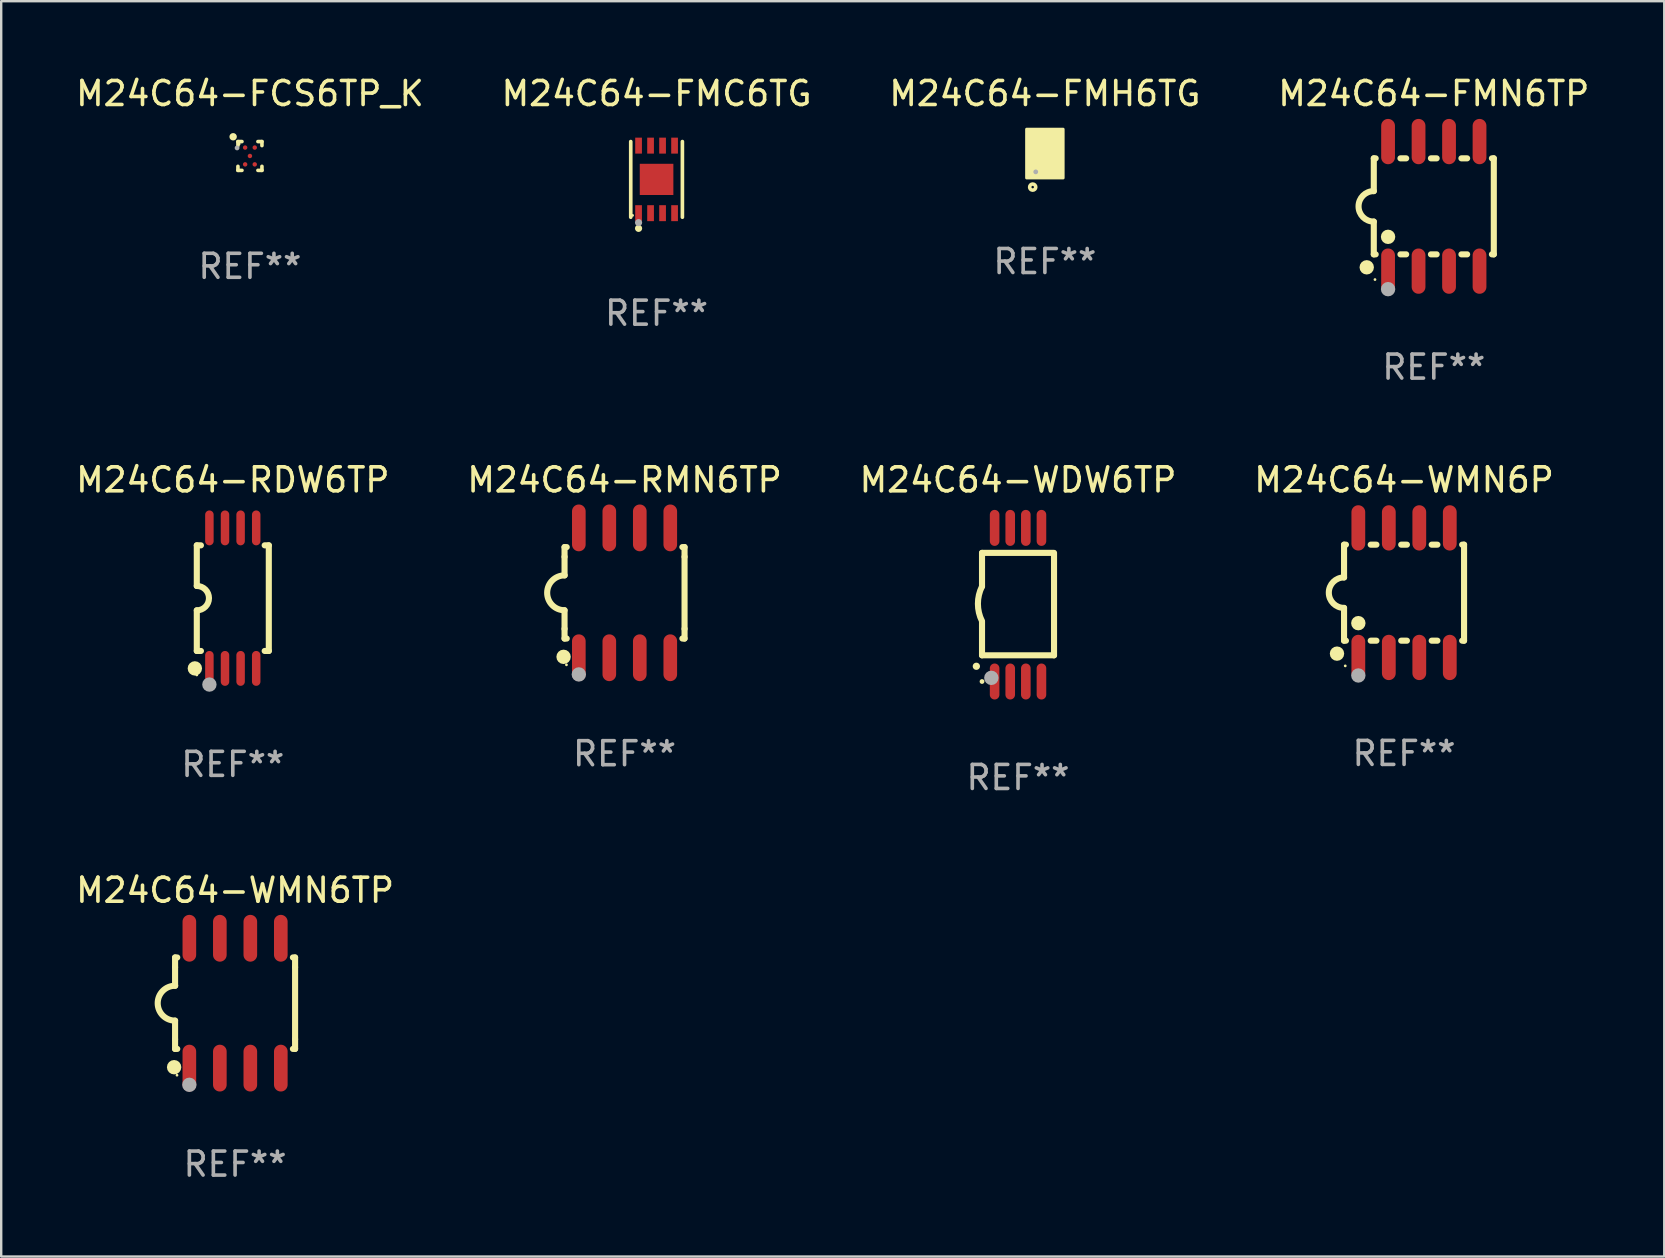
<source format=kicad_pcb>
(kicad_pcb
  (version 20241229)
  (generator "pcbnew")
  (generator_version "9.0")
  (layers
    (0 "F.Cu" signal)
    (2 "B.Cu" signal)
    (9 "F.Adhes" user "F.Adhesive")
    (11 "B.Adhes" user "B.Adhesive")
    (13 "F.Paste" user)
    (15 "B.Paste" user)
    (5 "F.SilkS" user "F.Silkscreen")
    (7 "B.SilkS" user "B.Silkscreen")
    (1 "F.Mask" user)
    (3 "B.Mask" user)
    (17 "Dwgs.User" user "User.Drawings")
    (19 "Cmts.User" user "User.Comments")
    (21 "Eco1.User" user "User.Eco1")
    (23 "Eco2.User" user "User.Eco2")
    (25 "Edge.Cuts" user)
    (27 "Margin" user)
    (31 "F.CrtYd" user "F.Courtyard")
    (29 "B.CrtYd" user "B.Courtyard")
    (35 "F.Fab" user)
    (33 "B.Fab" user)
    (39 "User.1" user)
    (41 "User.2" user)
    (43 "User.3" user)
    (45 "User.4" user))
  (footprint "M24C64-WDW6TP"
    (layer "F.Cu")
    (at 39.363 22.143)
    (property "Reference" "M24C64-WDW6TP" (at 0 -5.2 0) (layer "F.SilkS") (effects (font (size 1 1) (thickness 0.15))))
    (attr through_hole)
    (fp_line (start -1.5 -0.762) (end -1.5 -2.159) (stroke (width 0.254) (type solid)) (layer "F.SilkS"))
    (fp_line (start -1.5 2.108) (end -1.5 0.711) (stroke (width 0.254) (type solid)) (layer "F.SilkS"))
    (fp_line (start -1.5 2.108) (end 1.5 2.108) (stroke (width 0.254) (type solid)) (layer "F.SilkS"))
    (fp_line (start 1.463 -2.159) (end -1.5 -2.159) (stroke (width 0.254) (type solid)) (layer "F.SilkS"))
    (fp_line (start 1.5 2.108) (end 1.5 -2.159) (stroke (width 0.254) (type solid)) (layer "F.SilkS"))
    (fp_arc (start -1.737287 2.565405) (mid -1.736017 2.5654) (end -1.734747 2.565405) (stroke (width 0.3) (type solid)) (layer "F.SilkS"))
    (fp_arc (start -1.500076 0.685801) (mid -1.670966 -0.0381) (end -1.500076 -0.762002) (stroke (width 0.254001) (type solid)) (layer "F.SilkS"))
    (fp_circle (center -1.5 3.2) (end -1.45 3.2) (stroke (width 0.1) (type solid)) (fill no) (layer "F.SilkS"))
    (fp_circle (center -1.112 3.048) (end -0.962 3.048) (stroke (width 0.3) (type solid)) (fill no) (layer "F.Fab"))
    (fp_text user "REF**" (at 0 7.2 0) (layer "F.Fab") (effects (font (size 1 1) (thickness 0.15))))
    (pad "1" smd oval (at -0.975 3.2 180) (size 0.4 1.5) (layers "F.Cu" "F.Mask" "F.Paste"))
    (pad "2" smd oval (at -0.325 3.2 180) (size 0.4 1.5) (layers "F.Cu" "F.Mask" "F.Paste"))
    (pad "3" smd oval (at 0.325 3.2 180) (size 0.4 1.5) (layers "F.Cu" "F.Mask" "F.Paste"))
    (pad "4" smd oval (at 0.976 3.2 180) (size 0.4 1.5) (layers "F.Cu" "F.Mask" "F.Paste"))
    (pad "5" smd oval (at 0.976 -3.2 180) (size 0.4 1.5) (layers "F.Cu" "F.Mask" "F.Paste"))
    (pad "6" smd oval (at 0.325 -3.2 180) (size 0.4 1.5) (layers "F.Cu" "F.Mask" "F.Paste"))
    (pad "7" smd oval (at -0.325 -3.2 180) (size 0.4 1.5) (layers "F.Cu" "F.Mask" "F.Paste"))
    (pad "8" smd oval (at -0.975 -3.2 180) (size 0.4 1.5) (layers "F.Cu" "F.Mask" "F.Paste")))
  (footprint "M24C64-RMN6TP"
    (layer "F.Cu")
    (at 22.97 21.648)
    (property "Reference" "M24C64-RMN6TP" (at 0 -4.705 0) (layer "F.SilkS") (effects (font (size 1 1) (thickness 0.15))))
    (attr through_hole)
    (fp_line (start -2.5 -1.905) (end -2.409 -1.905) (stroke (width 0.254) (type solid)) (layer "F.SilkS"))
    (fp_line (start -2.5 -1.5) (end -2.5 -1.905) (stroke (width 0.254) (type solid)) (layer "F.SilkS"))
    (fp_line (start -2.5 -1.5) (end -2.5 -0.726) (stroke (width 0.254) (type solid)) (layer "F.SilkS"))
    (fp_line (start -2.5 1.5) (end -2.5 0.727) (stroke (width 0.254) (type solid)) (layer "F.SilkS"))
    (fp_line (start -2.5 1.5) (end -2.5 1.905) (stroke (width 0.254) (type solid)) (layer "F.SilkS"))
    (fp_line (start -2.5 1.905) (end -2.409 1.905) (stroke (width 0.254) (type solid)) (layer "F.SilkS"))
    (fp_line (start 2.5 -1.905) (end 2.409 -1.905) (stroke (width 0.254) (type solid)) (layer "F.SilkS"))
    (fp_line (start 2.5 -1.5) (end 2.5 -1.905) (stroke (width 0.254) (type solid)) (layer "F.SilkS"))
    (fp_line (start 2.5 -1.5) (end 2.5 1.5) (stroke (width 0.254) (type solid)) (layer "F.SilkS"))
    (fp_line (start 2.5 1.5) (end 2.5 1.905) (stroke (width 0.254) (type solid)) (layer "F.SilkS"))
    (fp_line (start 2.5 1.905) (end 2.409 1.905) (stroke (width 0.254) (type solid)) (layer "F.SilkS"))
    (fp_arc (start -2.5 0.726568) (mid -3.220316 -0.0023) (end -2.495097 -0.726289) (stroke (width 0.254001) (type solid)) (layer "F.SilkS"))
    (fp_circle (center -2.54 2.667) (end -2.39 2.667) (stroke (width 0.3) (type solid)) (fill no) (layer "F.SilkS"))
    (fp_circle (center -2.42 3) (end -2.39 3) (stroke (width 0.06) (type solid)) (fill no) (layer "F.SilkS"))
    (fp_circle (center -1.905 3.4) (end -1.755 3.4) (stroke (width 0.3) (type solid)) (fill no) (layer "F.Fab"))
    (fp_text user "REF**" (at 0 6.705 0) (layer "F.Fab") (effects (font (size 1 1) (thickness 0.15))))
    (pad "1" smd oval (at -1.905 2.705) (size 0.568 1.95) (layers "F.Cu" "F.Mask" "F.Paste"))
    (pad "2" smd oval (at -0.635 2.705) (size 0.568 1.95) (layers "F.Cu" "F.Mask" "F.Paste"))
    (pad "3" smd oval (at 0.635 2.705) (size 0.568 1.95) (layers "F.Cu" "F.Mask" "F.Paste"))
    (pad "4" smd oval (at 1.905 2.705) (size 0.568 1.95) (layers "F.Cu" "F.Mask" "F.Paste"))
    (pad "5" smd oval (at 1.905 -2.705) (size 0.568 1.95) (layers "F.Cu" "F.Mask" "F.Paste"))
    (pad "6" smd oval (at 0.635 -2.705) (size 0.568 1.95) (layers "F.Cu" "F.Mask" "F.Paste"))
    (pad "7" smd oval (at -0.635 -2.705) (size 0.568 1.95) (layers "F.Cu" "F.Mask" "F.Paste"))
    (pad "8" smd oval (at -1.905 -2.705) (size 0.568 1.95) (layers "F.Cu" "F.Mask" "F.Paste")))
  (footprint "M24C64-WMN6P"
    (layer "F.Cu")
    (at 55.446 21.642)
    (property "Reference" "M24C64-WMN6P" (at 0 -4.699 0) (layer "F.SilkS") (effects (font (size 1 1) (thickness 0.15))))
    (attr through_hole)
    (fp_line (start -2.5 -2) (end -2.5 -0.635) (stroke (width 0.254) (type solid)) (layer "F.SilkS"))
    (fp_line (start -2.5 -2) (end -2.421 -2) (stroke (width 0.254) (type solid)) (layer "F.SilkS"))
    (fp_line (start -2.5 2) (end -2.5 0.635) (stroke (width 0.254) (type solid)) (layer "F.SilkS"))
    (fp_line (start -2.5 2) (end -2.421 2) (stroke (width 0.254) (type solid)) (layer "F.SilkS"))
    (fp_line (start -1.389 -2) (end -1.151 -2) (stroke (width 0.254) (type solid)) (layer "F.SilkS"))
    (fp_line (start -1.389 2) (end -1.151 2) (stroke (width 0.254) (type solid)) (layer "F.SilkS"))
    (fp_line (start -0.119 -2) (end 0.119 -2) (stroke (width 0.254) (type solid)) (layer "F.SilkS"))
    (fp_line (start -0.119 2) (end 0.119 2) (stroke (width 0.254) (type solid)) (layer "F.SilkS"))
    (fp_line (start 1.151 -2) (end 1.389 -2) (stroke (width 0.254) (type solid)) (layer "F.SilkS"))
    (fp_line (start 1.151 2) (end 1.389 2) (stroke (width 0.254) (type solid)) (layer "F.SilkS"))
    (fp_line (start 2.421 -2) (end 2.5 -2) (stroke (width 0.254) (type solid)) (layer "F.SilkS"))
    (fp_line (start 2.421 2) (end 2.5 2) (stroke (width 0.254) (type solid)) (layer "F.SilkS"))
    (fp_line (start 2.5 -2) (end 2.5 2) (stroke (width 0.254) (type solid)) (layer "F.SilkS"))
    (fp_arc (start -2.5 0.635001) (mid -3.134366 -0.000318) (end -2.499365 -0.635001) (stroke (width 0.254001) (type solid)) (layer "F.SilkS"))
    (fp_circle (center -2.794 2.54) (end -2.644 2.54) (stroke (width 0.3) (type solid)) (fill no) (layer "F.SilkS"))
    (fp_circle (center -2.45 3.05) (end -2.42 3.05) (stroke (width 0.06) (type solid)) (fill no) (layer "F.SilkS"))
    (fp_circle (center -1.905 1.27) (end -1.755 1.27) (stroke (width 0.3) (type solid)) (fill no) (layer "F.SilkS"))
    (fp_circle (center -1.905 3.45) (end -1.755 3.45) (stroke (width 0.3) (type solid)) (fill no) (layer "F.Fab"))
    (fp_text user "REF**" (at 0 6.699 0) (layer "F.Fab") (effects (font (size 1 1) (thickness 0.15))))
    (pad "1" smd oval (at -1.905 2.699) (size 0.574 1.888) (layers "F.Cu" "F.Mask" "F.Paste"))
    (pad "2" smd oval (at -0.635 2.699) (size 0.574 1.888) (layers "F.Cu" "F.Mask" "F.Paste"))
    (pad "3" smd oval (at 0.635 2.699) (size 0.574 1.888) (layers "F.Cu" "F.Mask" "F.Paste"))
    (pad "4" smd oval (at 1.905 2.699) (size 0.574 1.888) (layers "F.Cu" "F.Mask" "F.Paste"))
    (pad "5" smd oval (at 1.905 -2.699) (size 0.574 1.888) (layers "F.Cu" "F.Mask" "F.Paste"))
    (pad "6" smd oval (at 0.635 -2.699) (size 0.574 1.888) (layers "F.Cu" "F.Mask" "F.Paste"))
    (pad "7" smd oval (at -0.635 -2.699) (size 0.574 1.888) (layers "F.Cu" "F.Mask" "F.Paste"))
    (pad "8" smd oval (at -1.905 -2.699) (size 0.574 1.888) (layers "F.Cu" "F.Mask" "F.Paste")))
  (footprint "M24C64-RDW6TP"
    (layer "F.Cu")
    (at 6.649 21.87)
    (property "Reference" "M24C64-RDW6TP" (at 0 -4.927 0) (layer "F.SilkS") (effects (font (size 1 1) (thickness 0.15))))
    (attr through_hole)
    (fp_line (start -1.5 -2.2) (end -1.5 -0.508) (stroke (width 0.254) (type solid)) (layer "F.SilkS"))
    (fp_line (start -1.5 -2.2) (end -1.328 -2.2) (stroke (width 0.254) (type solid)) (layer "F.SilkS"))
    (fp_line (start -1.5 2.2) (end -1.5 0.508) (stroke (width 0.254) (type solid)) (layer "F.SilkS"))
    (fp_line (start -1.5 2.2) (end -1.328 2.2) (stroke (width 0.254) (type solid)) (layer "F.SilkS"))
    (fp_line (start 1.328 -2.2) (end 1.5 -2.2) (stroke (width 0.254) (type solid)) (layer "F.SilkS"))
    (fp_line (start 1.328 2.2) (end 1.5 2.2) (stroke (width 0.254) (type solid)) (layer "F.SilkS"))
    (fp_line (start 1.5 -2.2) (end 1.5 2.2) (stroke (width 0.254) (type solid)) (layer "F.SilkS"))
    (fp_arc (start -1.501144 -0.508) (mid -0.993143 -0.000571) (end -1.5 0.508001) (stroke (width 0.254001) (type solid)) (layer "F.SilkS"))
    (fp_circle (center -1.581 2.927) (end -1.431 2.927) (stroke (width 0.3) (type solid)) (fill no) (layer "F.SilkS"))
    (fp_circle (center -1.5 3.2) (end -1.47 3.2) (stroke (width 0.06) (type solid)) (fill no) (layer "F.SilkS"))
    (fp_circle (center -0.975 3.6) (end -0.825 3.6) (stroke (width 0.3) (type solid)) (fill no) (layer "F.Fab"))
    (fp_text user "REF**" (at 0 6.927 0) (layer "F.Fab") (effects (font (size 1 1) (thickness 0.15))))
    (pad "1" smd oval (at -0.975 2.927) (size 0.353 1.454) (layers "F.Cu" "F.Mask" "F.Paste"))
    (pad "2" smd oval (at -0.325 2.927) (size 0.353 1.454) (layers "F.Cu" "F.Mask" "F.Paste"))
    (pad "3" smd oval (at 0.325 2.927) (size 0.353 1.454) (layers "F.Cu" "F.Mask" "F.Paste"))
    (pad "4" smd oval (at 0.975 2.927) (size 0.353 1.454) (layers "F.Cu" "F.Mask" "F.Paste"))
    (pad "5" smd oval (at 0.975 -2.927) (size 0.353 1.454) (layers "F.Cu" "F.Mask" "F.Paste"))
    (pad "6" smd oval (at 0.325 -2.927) (size 0.353 1.454) (layers "F.Cu" "F.Mask" "F.Paste"))
    (pad "7" smd oval (at -0.325 -2.927) (size 0.353 1.454) (layers "F.Cu" "F.Mask" "F.Paste"))
    (pad "8" smd oval (at -0.975 -2.927) (size 0.353 1.454) (layers "F.Cu" "F.Mask" "F.Paste")))
  (footprint "M24C64-FMH6TG"
    (layer "F.Cu")
    (at 40.482 3.348)
    (property "Reference" "M24C64-FMH6TG" (at 0 -2.5 0) (layer "F.SilkS") (effects (font (size 1 1) (thickness 0.15))))
    (attr through_hole)
    (fp_circle (center -0.7 0.85) (end -0.67 0.85) (stroke (width 0.06) (type solid)) (fill no) (layer "F.SilkS"))
    (fp_circle (center -0.508 1.397) (end -0.381 1.397) (stroke (width 0.15) (type solid)) (fill no) (layer "F.SilkS"))
    (fp_poly (pts (xy -0.762 -1.016) (xy 0.762 -1.016) (xy 0.762 1.016) (xy -0.762 1.016)) (stroke (width 0.12) (type solid)) (fill yes) (layer "F.SilkS"))
    (fp_circle (center -0.381 0.762) (end -0.331 0.762) (stroke (width 0.1) (type solid)) (fill no) (layer "F.Fab"))
    (fp_text user "REF**" (at 0 4.5 0) (layer "F.Fab") (effects (font (size 1 1) (thickness 0.15))))
    (pad "1" smd rect (at -0.4 0.5 90) (size 0.6 0.2) (layers "F.Cu" "F.Mask" "F.Paste"))
    (pad "2" smd rect (at 0 0.000127 90) (size 1.6 0.2) (layers "F.Cu" "F.Mask" "F.Paste"))
    (pad "3" smd rect (at 0.4 0.5 90) (size 0.6 0.2) (layers "F.Cu" "F.Mask" "F.Paste"))
    (pad "4" smd rect (at 0.4 -0.5 90) (size 0.6 0.2) (layers "F.Cu" "F.Mask" "F.Paste"))
    (pad "5" smd rect (at -0.4 -0.5 90) (size 0.6 0.2) (layers "F.Cu" "F.Mask" "F.Paste")))
  (footprint "M24C64-FMC6TG"
    (layer "F.Cu")
    (at 24.304 4.424)
    (property "Reference" "M24C64-FMC6TG" (at 0 -3.576 0) (layer "F.SilkS") (effects (font (size 1 1) (thickness 0.15))))
    (attr through_hole)
    (fp_line (start -1.076 1.576) (end -1.076 -1.576) (stroke (width 0.152) (type solid)) (layer "F.SilkS"))
    (fp_line (start 1.076 1.576) (end 1.076 -1.576) (stroke (width 0.152) (type solid)) (layer "F.SilkS"))
    (fp_circle (center -1 1.5) (end -0.97 1.5) (stroke (width 0.06) (type solid)) (fill no) (layer "F.SilkS"))
    (fp_circle (center -0.75 2.04) (end -0.675 2.04) (stroke (width 0.15) (type solid)) (fill no) (layer "F.SilkS"))
    (fp_circle (center -0.75 1.8) (end -0.675 1.8) (stroke (width 0.15) (type solid)) (fill no) (layer "F.Fab"))
    (fp_text user "REF**" (at 0 5.576 0) (layer "F.Fab") (effects (font (size 1 1) (thickness 0.15))))
    (pad "1" smd rect (at -0.75 1.407) (size 0.28 0.665) (layers "F.Cu" "F.Mask" "F.Paste"))
    (pad "2" smd rect (at -0.25 1.407) (size 0.28 0.665) (layers "F.Cu" "F.Mask" "F.Paste"))
    (pad "3" smd rect (at 0.25 1.407) (size 0.28 0.665) (layers "F.Cu" "F.Mask" "F.Paste"))
    (pad "4" smd rect (at 0.75 1.407) (size 0.28 0.665) (layers "F.Cu" "F.Mask" "F.Paste"))
    (pad "5" smd rect (at 0.75 -1.407) (size 0.28 0.665) (layers "F.Cu" "F.Mask" "F.Paste"))
    (pad "6" smd rect (at 0.25 -1.407) (size 0.28 0.665) (layers "F.Cu" "F.Mask" "F.Paste"))
    (pad "7" smd rect (at -0.25 -1.407) (size 0.28 0.665) (layers "F.Cu" "F.Mask" "F.Paste"))
    (pad "8" smd rect (at -0.75 -1.407) (size 0.28 0.665) (layers "F.Cu" "F.Mask" "F.Paste"))
    (pad "9" smd rect (at 0 0) (size 1.4 1.3) (layers "F.Cu" "F.Mask" "F.Paste")))
  (footprint "M24C64-WMN6TP"
    (layer "F.Cu")
    (at 6.744 38.745)
    (property "Reference" "M24C64-WMN6TP" (at 0 -4.705 0) (layer "F.SilkS") (effects (font (size 1 1) (thickness 0.15))))
    (attr through_hole)
    (fp_line (start -2.5 -1.905) (end -2.409 -1.905) (stroke (width 0.254) (type solid)) (layer "F.SilkS"))
    (fp_line (start -2.5 -1.5) (end -2.5 -1.905) (stroke (width 0.254) (type solid)) (layer "F.SilkS"))
    (fp_line (start -2.5 -1.5) (end -2.5 -0.726) (stroke (width 0.254) (type solid)) (layer "F.SilkS"))
    (fp_line (start -2.5 1.5) (end -2.5 0.727) (stroke (width 0.254) (type solid)) (layer "F.SilkS"))
    (fp_line (start -2.5 1.5) (end -2.5 1.905) (stroke (width 0.254) (type solid)) (layer "F.SilkS"))
    (fp_line (start -2.5 1.905) (end -2.409 1.905) (stroke (width 0.254) (type solid)) (layer "F.SilkS"))
    (fp_line (start 2.5 -1.905) (end 2.409 -1.905) (stroke (width 0.254) (type solid)) (layer "F.SilkS"))
    (fp_line (start 2.5 -1.5) (end 2.5 -1.905) (stroke (width 0.254) (type solid)) (layer "F.SilkS"))
    (fp_line (start 2.5 -1.5) (end 2.5 1.5) (stroke (width 0.254) (type solid)) (layer "F.SilkS"))
    (fp_line (start 2.5 1.5) (end 2.5 1.905) (stroke (width 0.254) (type solid)) (layer "F.SilkS"))
    (fp_line (start 2.5 1.905) (end 2.409 1.905) (stroke (width 0.254) (type solid)) (layer "F.SilkS"))
    (fp_arc (start -2.5 0.726568) (mid -3.220316 -0.0023) (end -2.495097 -0.726289) (stroke (width 0.254001) (type solid)) (layer "F.SilkS"))
    (fp_circle (center -2.54 2.667) (end -2.39 2.667) (stroke (width 0.3) (type solid)) (fill no) (layer "F.SilkS"))
    (fp_circle (center -2.42 3) (end -2.39 3) (stroke (width 0.06) (type solid)) (fill no) (layer "F.SilkS"))
    (fp_circle (center -1.905 3.4) (end -1.755 3.4) (stroke (width 0.3) (type solid)) (fill no) (layer "F.Fab"))
    (fp_text user "REF**" (at 0 6.705 0) (layer "F.Fab") (effects (font (size 1 1) (thickness 0.15))))
    (pad "1" smd oval (at -1.905 2.705) (size 0.568 1.95) (layers "F.Cu" "F.Mask" "F.Paste"))
    (pad "2" smd oval (at -0.635 2.705) (size 0.568 1.95) (layers "F.Cu" "F.Mask" "F.Paste"))
    (pad "3" smd oval (at 0.635 2.705) (size 0.568 1.95) (layers "F.Cu" "F.Mask" "F.Paste"))
    (pad "4" smd oval (at 1.905 2.705) (size 0.568 1.95) (layers "F.Cu" "F.Mask" "F.Paste"))
    (pad "5" smd oval (at 1.905 -2.705) (size 0.568 1.95) (layers "F.Cu" "F.Mask" "F.Paste"))
    (pad "6" smd oval (at 0.635 -2.705) (size 0.568 1.95) (layers "F.Cu" "F.Mask" "F.Paste"))
    (pad "7" smd oval (at -0.635 -2.705) (size 0.568 1.95) (layers "F.Cu" "F.Mask" "F.Paste"))
    (pad "8" smd oval (at -1.905 -2.705) (size 0.568 1.95) (layers "F.Cu" "F.Mask" "F.Paste")))
  (footprint "M24C64-FCS6TP_K"
    (layer "F.Cu")
    (at 7.363 3.448)
    (property "Reference" "M24C64-FCS6TP_K" (at 0 -2.6 0) (layer "F.SilkS") (effects (font (size 1 1) (thickness 0.15))))
    (attr through_hole)
    (fp_line (start -0.5 -0.6) (end -0.332 -0.6) (stroke (width 0.15) (type solid)) (layer "F.SilkS"))
    (fp_line (start -0.5 -0.432) (end -0.5 -0.6) (stroke (width 0.15) (type solid)) (layer "F.SilkS"))
    (fp_line (start -0.5 0.6) (end -0.5 0.432) (stroke (width 0.15) (type solid)) (layer "F.SilkS"))
    (fp_line (start -0.332 0.6) (end -0.5 0.6) (stroke (width 0.15) (type solid)) (layer "F.SilkS"))
    (fp_line (start 0.332 -0.6) (end 0.5 -0.6) (stroke (width 0.15) (type solid)) (layer "F.SilkS"))
    (fp_line (start 0.5 -0.6) (end 0.5 -0.432) (stroke (width 0.15) (type solid)) (layer "F.SilkS"))
    (fp_line (start 0.5 0.432) (end 0.5 0.6) (stroke (width 0.15) (type solid)) (layer "F.SilkS"))
    (fp_line (start 0.5 0.6) (end 0.332 0.6) (stroke (width 0.15) (type solid)) (layer "F.SilkS"))
    (fp_circle (center -0.7 -0.8) (end -0.62 -0.8) (stroke (width 0.15) (type solid)) (fill no) (layer "F.SilkS"))
    (fp_circle (center -0.45 -0.5) (end -0.42 -0.5) (stroke (width 0.06) (type solid)) (fill no) (layer "F.SilkS"))
    (fp_circle (center -0.536 -0.334) (end -0.486 -0.334) (stroke (width 0.1) (type solid)) (fill no) (layer "F.Fab"))
    (fp_text user "REF**" (at 0 4.6 0) (layer "F.Fab") (effects (font (size 1 1) (thickness 0.15))))
    (pad "A1" smd circle (at -0.2 -0.35) (size 0.185 0.185) (layers "F.Cu" "F.Mask" "F.Paste"))
    (pad "A3" smd circle (at 0.2 -0.35) (size 0.185 0.185) (layers "F.Cu" "F.Mask" "F.Paste"))
    (pad "B2" smd circle (at 0.000038 0.000051) (size 0.185 0.185) (layers "F.Cu" "F.Mask" "F.Paste"))
    (pad "C1" smd circle (at -0.2 0.35) (size 0.185 0.185) (layers "F.Cu" "F.Mask" "F.Paste"))
    (pad "C3" smd circle (at 0.2 0.35) (size 0.185 0.185) (layers "F.Cu" "F.Mask" "F.Paste")))
  (footprint "M24C64-FMN6TP"
    (layer "F.Cu")
    (at 56.685 5.547)
    (property "Reference" "M24C64-FMN6TP" (at 0 -4.699 0) (layer "F.SilkS") (effects (font (size 1 1) (thickness 0.15))))
    (attr through_hole)
    (fp_line (start -2.5 -2) (end -2.5 -0.635) (stroke (width 0.254) (type solid)) (layer "F.SilkS"))
    (fp_line (start -2.5 -2) (end -2.421 -2) (stroke (width 0.254) (type solid)) (layer "F.SilkS"))
    (fp_line (start -2.5 2) (end -2.5 0.635) (stroke (width 0.254) (type solid)) (layer "F.SilkS"))
    (fp_line (start -2.5 2) (end -2.421 2) (stroke (width 0.254) (type solid)) (layer "F.SilkS"))
    (fp_line (start -1.389 -2) (end -1.151 -2) (stroke (width 0.254) (type solid)) (layer "F.SilkS"))
    (fp_line (start -1.389 2) (end -1.151 2) (stroke (width 0.254) (type solid)) (layer "F.SilkS"))
    (fp_line (start -0.119 -2) (end 0.119 -2) (stroke (width 0.254) (type solid)) (layer "F.SilkS"))
    (fp_line (start -0.119 2) (end 0.119 2) (stroke (width 0.254) (type solid)) (layer "F.SilkS"))
    (fp_line (start 1.151 -2) (end 1.389 -2) (stroke (width 0.254) (type solid)) (layer "F.SilkS"))
    (fp_line (start 1.151 2) (end 1.389 2) (stroke (width 0.254) (type solid)) (layer "F.SilkS"))
    (fp_line (start 2.421 -2) (end 2.5 -2) (stroke (width 0.254) (type solid)) (layer "F.SilkS"))
    (fp_line (start 2.421 2) (end 2.5 2) (stroke (width 0.254) (type solid)) (layer "F.SilkS"))
    (fp_line (start 2.5 -2) (end 2.5 2) (stroke (width 0.254) (type solid)) (layer "F.SilkS"))
    (fp_arc (start -2.5 0.635001) (mid -3.134366 -0.000318) (end -2.499365 -0.635001) (stroke (width 0.254001) (type solid)) (layer "F.SilkS"))
    (fp_circle (center -2.794 2.54) (end -2.644 2.54) (stroke (width 0.3) (type solid)) (fill no) (layer "F.SilkS"))
    (fp_circle (center -2.45 3.05) (end -2.42 3.05) (stroke (width 0.06) (type solid)) (fill no) (layer "F.SilkS"))
    (fp_circle (center -1.905 1.27) (end -1.755 1.27) (stroke (width 0.3) (type solid)) (fill no) (layer "F.SilkS"))
    (fp_circle (center -1.905 3.45) (end -1.755 3.45) (stroke (width 0.3) (type solid)) (fill no) (layer "F.Fab"))
    (fp_text user "REF**" (at 0 6.699 0) (layer "F.Fab") (effects (font (size 1 1) (thickness 0.15))))
    (pad "1" smd oval (at -1.905 2.699) (size 0.574 1.888) (layers "F.Cu" "F.Mask" "F.Paste"))
    (pad "2" smd oval (at -0.635 2.699) (size 0.574 1.888) (layers "F.Cu" "F.Mask" "F.Paste"))
    (pad "3" smd oval (at 0.635 2.699) (size 0.574 1.888) (layers "F.Cu" "F.Mask" "F.Paste"))
    (pad "4" smd oval (at 1.905 2.699) (size 0.574 1.888) (layers "F.Cu" "F.Mask" "F.Paste"))
    (pad "5" smd oval (at 1.905 -2.699) (size 0.574 1.888) (layers "F.Cu" "F.Mask" "F.Paste"))
    (pad "6" smd oval (at 0.635 -2.699) (size 0.574 1.888) (layers "F.Cu" "F.Mask" "F.Paste"))
    (pad "7" smd oval (at -0.635 -2.699) (size 0.574 1.888) (layers "F.Cu" "F.Mask" "F.Paste"))
    (pad "8" smd oval (at -1.905 -2.699) (size 0.574 1.888) (layers "F.Cu" "F.Mask" "F.Paste")))
  (gr_rect
    (start -3 -3)
    (end 66.286 49.299)
    (stroke (width 0.1) (type default))
    (fill no)
    (layer "Edge.Cuts")))
</source>
